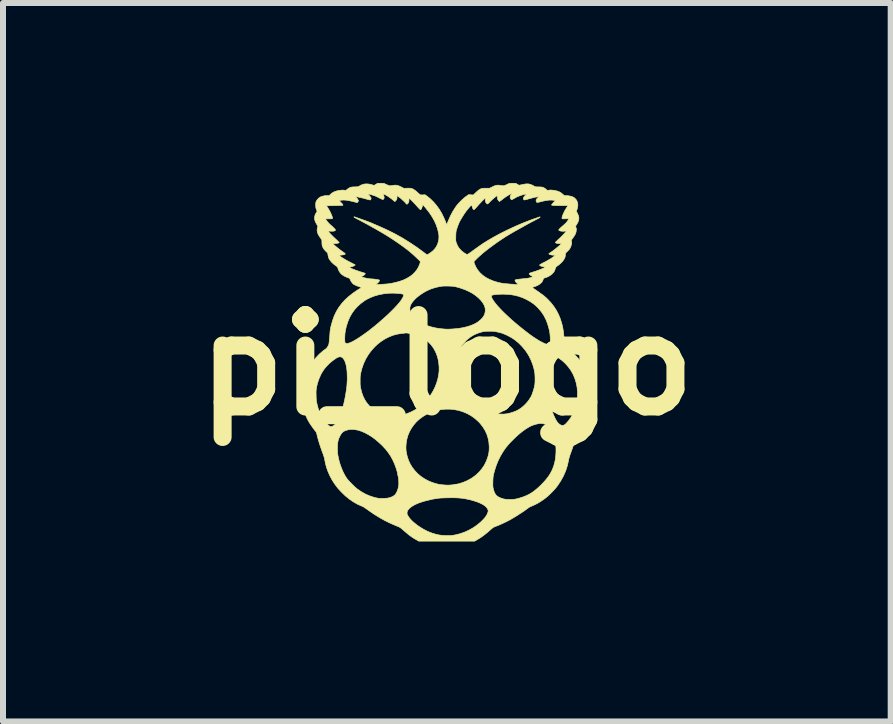
<source format=kicad_pcb>
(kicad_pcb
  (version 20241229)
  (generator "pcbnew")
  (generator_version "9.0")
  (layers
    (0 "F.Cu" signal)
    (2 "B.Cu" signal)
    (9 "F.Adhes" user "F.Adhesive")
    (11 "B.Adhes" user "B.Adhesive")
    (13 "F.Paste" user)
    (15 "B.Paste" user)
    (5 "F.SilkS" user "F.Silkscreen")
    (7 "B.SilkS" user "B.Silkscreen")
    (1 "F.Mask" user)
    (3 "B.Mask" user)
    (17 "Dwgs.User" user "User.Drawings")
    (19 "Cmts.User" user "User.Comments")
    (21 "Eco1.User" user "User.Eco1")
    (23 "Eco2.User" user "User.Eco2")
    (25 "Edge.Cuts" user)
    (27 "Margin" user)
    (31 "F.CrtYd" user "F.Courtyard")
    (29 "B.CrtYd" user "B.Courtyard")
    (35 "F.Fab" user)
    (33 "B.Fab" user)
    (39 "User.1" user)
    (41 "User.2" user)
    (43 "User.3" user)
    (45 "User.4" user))
  (footprint "pi_logo"
    (layer "F.Cu")
    (at 4.398 3.036)
    (property "Reference" "pi_logo" (at 0 0 0) (layer "F.SilkS") (effects (font (size 1.524 1.524) (thickness 0.3))))
    (attr through_hole)
    (fp_poly (pts (xy -1.074 -3.031) (xy -1.056 -3.03) (xy -1.044 -3.028) (xy -1.038 -3.026) (xy -1.038 -3.025) (xy -1.029 -3.02) (xy -1.015 -3.014) (xy -0.998 -3.006) (xy -0.98 -2.999) (xy -0.964 -2.993) (xy -0.95 -2.99) (xy -0.945 -2.989) (xy -0.935 -2.99) (xy -0.921 -2.992) (xy -0.903 -2.995) (xy -0.898 -2.996) (xy -0.872 -3) (xy -0.848 -3) (xy -0.825 -2.996) (xy -0.8 -2.988) (xy -0.772 -2.976) (xy -0.761 -2.97) (xy -0.716 -2.947) (xy -0.666 -2.949) (xy -0.635 -2.95) (xy -0.609 -2.948) (xy -0.586 -2.944) (xy -0.565 -2.936) (xy -0.544 -2.923) (xy -0.52 -2.906) (xy -0.494 -2.883) (xy -0.486 -2.875) (xy -0.47 -2.861) (xy -0.456 -2.85) (xy -0.444 -2.841) (xy -0.438 -2.838) (xy -0.428 -2.837) (xy -0.413 -2.837) (xy -0.396 -2.837) (xy -0.395 -2.838) (xy -0.364 -2.84) (xy -0.327 -2.814) (xy -0.273 -2.77) (xy -0.221 -2.719) (xy -0.172 -2.662) (xy -0.126 -2.598) (xy -0.09 -2.538) (xy -0.078 -2.515) (xy -0.065 -2.488) (xy -0.051 -2.46) (xy -0.039 -2.431) (xy -0.027 -2.404) (xy -0.018 -2.381) (xy -0.015 -2.371) (xy -0.01 -2.357) (xy -0.006 -2.348) (xy -0.005 -2.344) (xy -0.002 -2.347) (xy 0.003 -2.356) (xy 0.009 -2.371) (xy 0.017 -2.389) (xy 0.021 -2.399) (xy 0.059 -2.486) (xy 0.102 -2.567) (xy 0.15 -2.641) (xy 0.171 -2.669) (xy 0.192 -2.693) (xy 0.217 -2.72) (xy 0.245 -2.748) (xy 0.273 -2.774) (xy 0.301 -2.797) (xy 0.325 -2.816) (xy 0.328 -2.817) (xy 0.364 -2.842) (xy 0.441 -2.836) (xy 0.485 -2.878) (xy 0.51 -2.901) (xy 0.531 -2.918) (xy 0.549 -2.93) (xy 0.558 -2.935) (xy 0.569 -2.94) (xy 0.578 -2.944) (xy 0.588 -2.946) (xy 0.599 -2.948) (xy 0.613 -2.948) (xy 0.633 -2.949) (xy 0.65 -2.949) (xy 0.714 -2.949) (xy 0.757 -2.971) (xy 0.785 -2.984) (xy 0.807 -2.993) (xy 0.828 -2.998) (xy 0.848 -3) (xy 0.871 -2.999) (xy 0.896 -2.995) (xy 0.916 -2.992) (xy 0.931 -2.99) (xy 0.944 -2.99) (xy 0.957 -2.993) (xy 0.971 -2.997) (xy 0.989 -3.005) (xy 1.012 -3.016) (xy 1.015 -3.017) (xy 1.027 -3.023) (xy 1.038 -3.027) (xy 1.048 -3.029) (xy 1.06 -3.03) (xy 1.076 -3.031) (xy 1.099 -3.031) (xy 1.1 -3.031) (xy 1.121 -3.031) (xy 1.138 -3.03) (xy 1.151 -3.029) (xy 1.157 -3.027) (xy 1.158 -3.027) (xy 1.162 -3.023) (xy 1.172 -3.016) (xy 1.182 -3.011) (xy 1.204 -2.998) (xy 1.249 -3.008) (xy 1.283 -3.015) (xy 1.312 -3.02) (xy 1.335 -3.021) (xy 1.356 -3.021) (xy 1.369 -3.019) (xy 1.397 -3.011) (xy 1.427 -2.999) (xy 1.454 -2.984) (xy 1.457 -2.982) (xy 1.463 -2.978) (xy 1.47 -2.975) (xy 1.479 -2.973) (xy 1.491 -2.972) (xy 1.508 -2.971) (xy 1.531 -2.971) (xy 1.555 -2.97) (xy 1.573 -2.969) (xy 1.586 -2.968) (xy 1.596 -2.965) (xy 1.606 -2.962) (xy 1.613 -2.959) (xy 1.63 -2.949) (xy 1.647 -2.937) (xy 1.655 -2.93) (xy 1.674 -2.912) (xy 1.7 -2.916) (xy 1.715 -2.918) (xy 1.733 -2.919) (xy 1.755 -2.917) (xy 1.774 -2.915) (xy 1.815 -2.908) (xy 1.849 -2.899) (xy 1.878 -2.887) (xy 1.905 -2.871) (xy 1.93 -2.85) (xy 1.936 -2.846) (xy 1.948 -2.834) (xy 1.957 -2.827) (xy 1.964 -2.824) (xy 1.971 -2.824) (xy 1.979 -2.825) (xy 1.996 -2.826) (xy 2.018 -2.824) (xy 2.042 -2.82) (xy 2.067 -2.815) (xy 2.088 -2.809) (xy 2.098 -2.805) (xy 2.128 -2.787) (xy 2.152 -2.763) (xy 2.17 -2.734) (xy 2.18 -2.702) (xy 2.183 -2.688) (xy 2.183 -2.658) (xy 2.179 -2.626) (xy 2.171 -2.597) (xy 2.167 -2.588) (xy 2.158 -2.569) (xy 2.178 -2.526) (xy 2.191 -2.498) (xy 2.198 -2.474) (xy 2.201 -2.452) (xy 2.199 -2.43) (xy 2.194 -2.406) (xy 2.187 -2.387) (xy 2.177 -2.367) (xy 2.166 -2.348) (xy 2.166 -2.348) (xy 2.157 -2.334) (xy 2.15 -2.322) (xy 2.147 -2.314) (xy 2.146 -2.313) (xy 2.148 -2.306) (xy 2.152 -2.295) (xy 2.153 -2.292) (xy 2.157 -2.28) (xy 2.158 -2.265) (xy 2.158 -2.246) (xy 2.157 -2.244) (xy 2.154 -2.221) (xy 2.148 -2.2) (xy 2.138 -2.177) (xy 2.123 -2.152) (xy 2.103 -2.123) (xy 2.102 -2.121) (xy 2.073 -2.082) (xy 2.078 -2.06) (xy 2.081 -2.047) (xy 2.081 -2.034) (xy 2.079 -2.02) (xy 2.076 -2.009) (xy 2.068 -1.98) (xy 2.057 -1.955) (xy 2.044 -1.933) (xy 2.025 -1.912) (xy 2.001 -1.888) (xy 1.998 -1.886) (xy 1.988 -1.877) (xy 1.982 -1.869) (xy 1.979 -1.861) (xy 1.977 -1.848) (xy 1.976 -1.837) (xy 1.974 -1.819) (xy 1.97 -1.801) (xy 1.966 -1.789) (xy 1.95 -1.759) (xy 1.928 -1.729) (xy 1.9 -1.7) (xy 1.868 -1.672) (xy 1.851 -1.66) (xy 1.834 -1.648) (xy 1.822 -1.638) (xy 1.815 -1.627) (xy 1.809 -1.615) (xy 1.806 -1.602) (xy 1.8 -1.585) (xy 1.792 -1.568) (xy 1.788 -1.559) (xy 1.77 -1.536) (xy 1.746 -1.513) (xy 1.718 -1.492) (xy 1.686 -1.474) (xy 1.654 -1.461) (xy 1.645 -1.458) (xy 1.628 -1.453) (xy 1.617 -1.448) (xy 1.611 -1.442) (xy 1.608 -1.434) (xy 1.606 -1.43) (xy 1.597 -1.404) (xy 1.58 -1.379) (xy 1.556 -1.356) (xy 1.526 -1.336) (xy 1.491 -1.319) (xy 1.46 -1.308) (xy 1.445 -1.303) (xy 1.433 -1.299) (xy 1.426 -1.296) (xy 1.425 -1.296) (xy 1.428 -1.292) (xy 1.436 -1.285) (xy 1.449 -1.275) (xy 1.467 -1.263) (xy 1.487 -1.249) (xy 1.528 -1.221) (xy 1.562 -1.196) (xy 1.592 -1.175) (xy 1.618 -1.155) (xy 1.64 -1.136) (xy 1.661 -1.117) (xy 1.672 -1.107) (xy 1.73 -1.046) (xy 1.781 -0.982) (xy 1.825 -0.915) (xy 1.862 -0.844) (xy 1.893 -0.768) (xy 1.918 -0.686) (xy 1.93 -0.635) (xy 1.936 -0.602) (xy 1.941 -0.57) (xy 1.946 -0.536) (xy 1.949 -0.499) (xy 1.952 -0.457) (xy 1.955 -0.412) (xy 1.958 -0.348) (xy 1.978 -0.315) (xy 1.987 -0.299) (xy 1.996 -0.287) (xy 2.006 -0.277) (xy 2.02 -0.266) (xy 2.035 -0.255) (xy 2.06 -0.236) (xy 2.089 -0.211) (xy 2.119 -0.184) (xy 2.149 -0.156) (xy 2.175 -0.128) (xy 2.195 -0.105) (xy 2.234 -0.053) (xy 2.27 0.002) (xy 2.303 0.061) (xy 2.332 0.12) (xy 2.357 0.18) (xy 2.377 0.238) (xy 2.391 0.293) (xy 2.396 0.322) (xy 2.399 0.339) (xy 2.402 0.353) (xy 2.405 0.361) (xy 2.405 0.362) (xy 2.406 0.367) (xy 2.407 0.379) (xy 2.408 0.398) (xy 2.408 0.421) (xy 2.408 0.447) (xy 2.409 0.476) (xy 2.409 0.506) (xy 2.409 0.536) (xy 2.408 0.565) (xy 2.408 0.591) (xy 2.407 0.613) (xy 2.407 0.63) (xy 2.406 0.641) (xy 2.405 0.645) (xy 2.402 0.651) (xy 2.4 0.661) (xy 2.398 0.668) (xy 2.395 0.684) (xy 2.39 0.706) (xy 2.383 0.731) (xy 2.375 0.758) (xy 2.367 0.785) (xy 2.359 0.808) (xy 2.354 0.823) (xy 2.322 0.893) (xy 2.284 0.963) (xy 2.24 1.03) (xy 2.191 1.094) (xy 2.186 1.099) (xy 2.175 1.114) (xy 2.167 1.126) (xy 2.163 1.135) (xy 2.163 1.136) (xy 2.162 1.143) (xy 2.159 1.157) (xy 2.154 1.176) (xy 2.149 1.2) (xy 2.142 1.225) (xy 2.135 1.251) (xy 2.128 1.277) (xy 2.121 1.301) (xy 2.115 1.322) (xy 2.111 1.333) (xy 2.106 1.347) (xy 2.099 1.367) (xy 2.091 1.391) (xy 2.081 1.418) (xy 2.071 1.446) (xy 2.069 1.453) (xy 2.054 1.493) (xy 2.043 1.527) (xy 2.035 1.556) (xy 2.029 1.583) (xy 2.028 1.591) (xy 2.008 1.678) (xy 1.98 1.764) (xy 1.944 1.847) (xy 1.9 1.927) (xy 1.849 2.004) (xy 1.818 2.045) (xy 1.798 2.068) (xy 1.774 2.094) (xy 1.746 2.123) (xy 1.718 2.151) (xy 1.69 2.177) (xy 1.664 2.199) (xy 1.654 2.208) (xy 1.614 2.238) (xy 1.571 2.267) (xy 1.527 2.295) (xy 1.482 2.319) (xy 1.44 2.339) (xy 1.411 2.351) (xy 1.393 2.359) (xy 1.377 2.367) (xy 1.364 2.375) (xy 1.334 2.397) (xy 1.299 2.423) (xy 1.259 2.45) (xy 1.217 2.477) (xy 1.175 2.505) (xy 1.134 2.53) (xy 1.095 2.553) (xy 1.067 2.57) (xy 1.039 2.585) (xy 1.006 2.602) (xy 0.97 2.62) (xy 0.933 2.637) (xy 0.898 2.653) (xy 0.865 2.668) (xy 0.836 2.679) (xy 0.823 2.684) (xy 0.803 2.692) (xy 0.788 2.698) (xy 0.776 2.704) (xy 0.765 2.712) (xy 0.752 2.722) (xy 0.736 2.736) (xy 0.727 2.744) (xy 0.672 2.792) (xy 0.619 2.834) (xy 0.568 2.871) (xy 0.515 2.904) (xy 0.506 2.909) (xy 0.464 2.934) (xy -0.002 2.934) (xy -0.468 2.934) (xy -0.505 2.913) (xy -0.551 2.886) (xy -0.595 2.857) (xy -0.638 2.825) (xy -0.682 2.788) (xy -0.725 2.751) (xy -0.743 2.735) (xy -0.76 2.721) (xy -0.776 2.709) (xy -0.787 2.702) (xy -0.789 2.701) (xy -0.8 2.696) (xy -0.817 2.689) (xy -0.836 2.681) (xy -0.851 2.675) (xy -0.943 2.635) (xy -1.033 2.591) (xy -1.122 2.541) (xy -1.211 2.486) (xy -1.235 2.469) (xy -0.664 2.469) (xy -0.659 2.49) (xy -0.652 2.504) (xy -0.631 2.538) (xy -0.603 2.572) (xy -0.568 2.607) (xy -0.528 2.641) (xy -0.484 2.675) (xy -0.436 2.707) (xy -0.386 2.737) (xy -0.334 2.764) (xy -0.282 2.787) (xy -0.281 2.787) (xy -0.228 2.806) (xy -0.178 2.82) (xy -0.129 2.831) (xy -0.078 2.837) (xy -0.022 2.84) (xy 0.003 2.84) (xy 0.034 2.84) (xy 0.058 2.84) (xy 0.079 2.839) (xy 0.097 2.837) (xy 0.116 2.834) (xy 0.137 2.83) (xy 0.139 2.83) (xy 0.217 2.811) (xy 0.294 2.784) (xy 0.369 2.75) (xy 0.44 2.71) (xy 0.506 2.664) (xy 0.568 2.612) (xy 0.604 2.576) (xy 0.633 2.544) (xy 0.655 2.514) (xy 0.671 2.486) (xy 0.682 2.459) (xy 0.687 2.442) (xy 0.689 2.431) (xy 0.688 2.421) (xy 0.686 2.413) (xy 0.674 2.388) (xy 0.655 2.364) (xy 0.627 2.34) (xy 0.591 2.318) (xy 0.548 2.297) (xy 0.498 2.277) (xy 0.44 2.259) (xy 0.41 2.25) (xy 0.364 2.239) (xy 0.32 2.23) (xy 0.277 2.222) (xy 0.233 2.217) (xy 0.188 2.213) (xy 0.138 2.211) (xy 0.084 2.21) (xy 0.023 2.211) (xy 0.019 2.211) (xy -0.02 2.212) (xy -0.052 2.213) (xy -0.079 2.214) (xy -0.103 2.215) (xy -0.125 2.217) (xy -0.147 2.22) (xy -0.17 2.223) (xy -0.178 2.225) (xy -0.202 2.228) (xy -0.223 2.232) (xy -0.239 2.234) (xy -0.25 2.236) (xy -0.254 2.237) (xy -0.259 2.239) (xy -0.27 2.242) (xy -0.287 2.246) (xy -0.308 2.251) (xy -0.324 2.254) (xy -0.384 2.27) (xy -0.441 2.288) (xy -0.492 2.307) (xy -0.537 2.328) (xy -0.576 2.351) (xy -0.609 2.374) (xy -0.634 2.398) (xy -0.652 2.422) (xy -0.655 2.428) (xy -0.662 2.45) (xy -0.664 2.469) (xy -1.235 2.469) (xy -1.302 2.424) (xy -1.314 2.415) (xy -1.339 2.397) (xy -1.359 2.384) (xy -1.373 2.373) (xy -1.385 2.366) (xy -1.395 2.36) (xy -1.405 2.355) (xy -1.415 2.351) (xy -1.427 2.346) (xy -1.43 2.345) (xy -1.496 2.315) (xy -1.563 2.276) (xy -1.628 2.231) (xy -1.692 2.179) (xy -1.753 2.12) (xy -1.812 2.057) (xy -1.82 2.047) (xy -1.867 1.985) (xy -1.91 1.919) (xy -1.948 1.849) (xy -1.98 1.777) (xy -2.006 1.705) (xy -2.025 1.633) (xy -2.034 1.585) (xy -2.039 1.557) (xy -2.047 1.527) (xy -2.059 1.494) (xy -2.063 1.48) (xy -2.08 1.436) (xy -2.093 1.398) (xy -1.824 1.398) (xy -1.824 1.423) (xy -1.823 1.445) (xy -1.821 1.466) (xy -1.818 1.489) (xy -1.816 1.501) (xy -1.806 1.554) (xy -1.792 1.61) (xy -1.775 1.665) (xy -1.755 1.719) (xy -1.733 1.771) (xy -1.71 1.818) (xy -1.686 1.86) (xy -1.661 1.896) (xy -1.659 1.899) (xy -1.64 1.921) (xy -1.617 1.946) (xy -1.591 1.973) (xy -1.565 1.999) (xy -1.54 2.023) (xy -1.516 2.045) (xy -1.496 2.062) (xy -1.49 2.066) (xy -1.421 2.113) (xy -1.351 2.152) (xy -1.28 2.182) (xy -1.208 2.205) (xy -1.181 2.211) (xy -1.163 2.215) (xy -1.148 2.218) (xy -1.134 2.22) (xy -1.12 2.221) (xy -1.104 2.221) (xy -1.083 2.221) (xy -1.056 2.22) (xy -1.027 2.22) (xy -1.004 2.218) (xy -0.986 2.216) (xy -0.971 2.213) (xy -0.957 2.21) (xy -0.922 2.198) (xy -0.893 2.183) (xy -0.869 2.166) (xy -0.861 2.157) (xy -0.843 2.132) (xy -0.828 2.1) (xy -0.815 2.064) (xy -0.808 2.036) (xy -0.804 2.015) (xy -0.802 1.998) (xy -0.801 1.98) (xy -0.801 1.96) (xy -0.802 1.935) (xy -0.803 1.913) (xy -0.805 1.894) (xy -0.807 1.878) (xy -0.809 1.869) (xy -0.809 1.868) (xy -0.811 1.859) (xy -0.815 1.845) (xy -0.818 1.827) (xy -0.819 1.82) (xy -0.826 1.785) (xy -0.836 1.748) (xy -0.849 1.708) (xy -0.866 1.662) (xy -0.868 1.655) (xy -0.9 1.584) (xy -0.935 1.519) (xy -0.976 1.458) (xy -1.022 1.399) (xy -1.054 1.365) (xy -0.682 1.365) (xy -0.681 1.394) (xy -0.68 1.419) (xy -0.677 1.442) (xy -0.673 1.466) (xy -0.667 1.493) (xy -0.66 1.522) (xy -0.639 1.587) (xy -0.61 1.649) (xy -0.574 1.707) (xy -0.531 1.762) (xy -0.483 1.812) (xy -0.429 1.857) (xy -0.37 1.896) (xy -0.306 1.93) (xy -0.238 1.958) (xy -0.166 1.979) (xy -0.137 1.986) (xy -0.11 1.99) (xy -0.079 1.994) (xy -0.046 1.997) (xy -0.015 1.999) (xy 0.013 2) (xy 0.032 2) (xy 0.046 1.999) (xy 0.066 1.998) (xy 0.068 1.997) (xy 0.766 1.997) (xy 0.767 2.015) (xy 0.768 2.029) (xy 0.77 2.042) (xy 0.773 2.055) (xy 0.775 2.064) (xy 0.787 2.106) (xy 0.802 2.139) (xy 0.819 2.164) (xy 0.825 2.171) (xy 0.847 2.189) (xy 0.875 2.205) (xy 0.907 2.218) (xy 0.941 2.229) (xy 0.974 2.235) (xy 0.997 2.237) (xy 1.025 2.238) (xy 1.055 2.239) (xy 1.086 2.238) (xy 1.112 2.237) (xy 1.129 2.235) (xy 1.147 2.232) (xy 1.169 2.227) (xy 1.194 2.221) (xy 1.211 2.216) (xy 1.273 2.196) (xy 1.33 2.173) (xy 1.383 2.146) (xy 1.434 2.114) (xy 1.483 2.076) (xy 1.533 2.033) (xy 1.571 1.996) (xy 1.618 1.947) (xy 1.658 1.901) (xy 1.692 1.857) (xy 1.72 1.814) (xy 1.745 1.769) (xy 1.765 1.724) (xy 1.783 1.675) (xy 1.795 1.631) (xy 1.808 1.575) (xy 1.815 1.513) (xy 1.819 1.45) (xy 1.819 1.385) (xy 1.813 1.324) (xy 1.812 1.31) (xy 1.801 1.248) (xy 1.788 1.192) (xy 1.773 1.144) (xy 1.756 1.101) (xy 1.735 1.063) (xy 1.73 1.055) (xy 1.709 1.028) (xy 1.684 1.007) (xy 1.654 0.991) (xy 1.619 0.98) (xy 1.588 0.973) (xy 1.563 0.972) (xy 1.532 0.975) (xy 1.497 0.982) (xy 1.461 0.992) (xy 1.425 1.004) (xy 1.39 1.02) (xy 1.376 1.027) (xy 1.315 1.064) (xy 1.253 1.109) (xy 1.188 1.162) (xy 1.122 1.224) (xy 1.054 1.293) (xy 1.025 1.325) (xy 0.976 1.385) (xy 0.931 1.451) (xy 0.889 1.524) (xy 0.852 1.6) (xy 0.82 1.681) (xy 0.794 1.763) (xy 0.781 1.814) (xy 0.776 1.834) (xy 0.773 1.853) (xy 0.771 1.871) (xy 0.769 1.891) (xy 0.768 1.916) (xy 0.767 1.946) (xy 0.767 1.975) (xy 0.766 1.997) (xy 0.068 1.997) (xy 0.086 1.996) (xy 0.089 1.996) (xy 0.149 1.988) (xy 0.211 1.974) (xy 0.274 1.953) (xy 0.336 1.927) (xy 0.394 1.896) (xy 0.426 1.876) (xy 0.486 1.831) (xy 0.539 1.781) (xy 0.585 1.726) (xy 0.625 1.667) (xy 0.657 1.602) (xy 0.679 1.544) (xy 0.692 1.501) (xy 0.7 1.461) (xy 0.705 1.421) (xy 0.706 1.377) (xy 0.706 1.353) (xy 0.7 1.281) (xy 0.686 1.213) (xy 0.665 1.148) (xy 0.636 1.087) (xy 0.599 1.028) (xy 0.555 0.971) (xy 0.525 0.94) (xy 0.469 0.89) (xy 0.408 0.846) (xy 0.343 0.809) (xy 0.275 0.78) (xy 0.203 0.757) (xy 0.129 0.742) (xy 0.053 0.734) (xy -0.024 0.734) (xy -0.101 0.742) (xy -0.127 0.747) (xy -0.201 0.764) (xy -0.271 0.789) (xy -0.337 0.82) (xy -0.398 0.856) (xy -0.455 0.898) (xy -0.506 0.944) (xy -0.551 0.996) (xy -0.59 1.051) (xy -0.623 1.11) (xy -0.649 1.172) (xy -0.667 1.237) (xy -0.678 1.305) (xy -0.682 1.365) (xy -1.054 1.365) (xy -1.072 1.345) (xy -1.131 1.29) (xy -1.189 1.24) (xy -1.248 1.196) (xy -1.307 1.159) (xy -1.365 1.128) (xy -1.422 1.103) (xy -1.478 1.085) (xy -1.531 1.075) (xy -1.582 1.071) (xy -1.63 1.075) (xy -1.653 1.08) (xy -1.688 1.09) (xy -1.716 1.103) (xy -1.738 1.119) (xy -1.757 1.14) (xy -1.774 1.167) (xy -1.782 1.183) (xy -1.796 1.211) (xy -1.806 1.237) (xy -1.813 1.262) (xy -1.818 1.289) (xy -1.821 1.319) (xy -1.823 1.355) (xy -1.823 1.367) (xy -1.824 1.398) (xy -2.093 1.398) (xy -2.096 1.391) (xy -2.111 1.345) (xy -2.126 1.301) (xy -2.138 1.259) (xy -2.149 1.222) (xy -2.157 1.191) (xy -2.159 1.183) (xy -2.165 1.156) (xy -2.171 1.135) (xy -2.177 1.12) (xy -2.18 1.113) (xy -2.198 1.091) (xy -2.217 1.066) (xy -2.237 1.039) (xy -2.255 1.013) (xy -2.272 0.99) (xy -2.284 0.971) (xy -2.285 0.97) (xy -2.312 0.924) (xy -2.337 0.874) (xy -2.359 0.822) (xy -2.378 0.77) (xy -2.393 0.721) (xy -2.404 0.675) (xy -2.405 0.663) (xy -2.409 0.645) (xy -2.412 0.633) (xy -2.416 0.628) (xy -2.416 0.628) (xy -2.417 0.623) (xy -2.419 0.611) (xy -2.42 0.594) (xy -2.421 0.571) (xy -2.421 0.546) (xy -2.422 0.518) (xy -2.422 0.49) (xy -2.422 0.465) (xy -2.18 0.465) (xy -2.179 0.493) (xy -2.179 0.506) (xy -2.178 0.537) (xy -2.177 0.562) (xy -2.176 0.582) (xy -2.173 0.6) (xy -2.17 0.618) (xy -2.166 0.638) (xy -2.164 0.648) (xy -2.145 0.72) (xy -2.122 0.786) (xy -2.095 0.845) (xy -2.064 0.898) (xy -2.028 0.947) (xy -2.003 0.974) (xy -1.98 0.997) (xy -1.961 1.013) (xy -1.945 1.022) (xy -1.935 1.024) (xy -1.928 1.023) (xy -1.916 1.021) (xy -1.911 1.02) (xy -1.89 1.01) (xy -1.869 0.993) (xy -1.847 0.969) (xy -1.825 0.938) (xy -1.804 0.901) (xy -1.785 0.859) (xy -1.766 0.811) (xy -1.762 0.797) (xy -1.738 0.722) (xy -1.718 0.644) (xy -1.7 0.562) (xy -1.684 0.474) (xy -1.672 0.398) (xy -1.666 0.344) (xy -1.662 0.286) (xy -1.661 0.26) (xy -1.445 0.26) (xy -1.445 0.29) (xy -1.445 0.314) (xy -1.444 0.333) (xy -1.442 0.35) (xy -1.439 0.367) (xy -1.436 0.386) (xy -1.434 0.394) (xy -1.417 0.461) (xy -1.395 0.521) (xy -1.368 0.576) (xy -1.336 0.626) (xy -1.297 0.673) (xy -1.277 0.693) (xy -1.236 0.73) (xy -1.194 0.761) (xy -1.149 0.788) (xy -1.1 0.81) (xy -1.046 0.828) (xy -0.999 0.84) (xy -0.981 0.844) (xy -0.966 0.847) (xy -0.951 0.849) (xy -0.935 0.85) (xy -0.915 0.85) (xy -0.888 0.849) (xy -0.885 0.849) (xy -0.85 0.848) (xy -0.821 0.846) (xy -0.794 0.842) (xy -0.768 0.837) (xy -0.764 0.836) (xy -0.686 0.816) (xy -0.611 0.787) (xy -0.54 0.751) (xy -0.473 0.708) (xy -0.409 0.657) (xy -0.35 0.599) (xy -0.313 0.557) (xy -0.27 0.499) (xy -0.232 0.436) (xy -0.199 0.37) (xy -0.172 0.302) (xy -0.151 0.233) (xy -0.137 0.164) (xy -0.129 0.096) (xy -0.129 0.052) (xy 0.153 0.052) (xy 0.161 0.127) (xy 0.176 0.202) (xy 0.2 0.277) (xy 0.232 0.353) (xy 0.244 0.377) (xy 0.286 0.45) (xy 0.335 0.518) (xy 0.389 0.58) (xy 0.449 0.636) (xy 0.515 0.686) (xy 0.587 0.729) (xy 0.612 0.742) (xy 0.677 0.771) (xy 0.745 0.793) (xy 0.814 0.808) (xy 0.882 0.815) (xy 0.948 0.816) (xy 1.001 0.811) (xy 1.032 0.804) (xy 1.068 0.795) (xy 1.104 0.783) (xy 1.139 0.77) (xy 1.169 0.757) (xy 1.177 0.753) (xy 1.231 0.72) (xy 1.281 0.679) (xy 1.327 0.633) (xy 1.367 0.583) (xy 1.401 0.529) (xy 1.409 0.514) (xy 1.417 0.496) (xy 1.426 0.471) (xy 1.436 0.442) (xy 1.445 0.412) (xy 1.454 0.382) (xy 1.46 0.354) (xy 1.465 0.332) (xy 1.466 0.326) (xy 1.468 0.303) (xy 1.47 0.274) (xy 1.47 0.242) (xy 1.47 0.208) (xy 1.469 0.176) (xy 1.467 0.148) (xy 1.466 0.139) (xy 1.658 0.139) (xy 1.658 0.177) (xy 1.663 0.297) (xy 1.674 0.413) (xy 1.692 0.525) (xy 1.717 0.637) (xy 1.749 0.748) (xy 1.753 0.761) (xy 1.766 0.798) (xy 1.781 0.835) (xy 1.797 0.87) (xy 1.813 0.902) (xy 1.828 0.929) (xy 1.84 0.947) (xy 1.86 0.97) (xy 1.881 0.988) (xy 1.903 1) (xy 1.922 1.005) (xy 1.935 1.004) (xy 1.946 1.001) (xy 1.959 0.996) (xy 1.959 0.996) (xy 1.972 0.987) (xy 1.988 0.972) (xy 2.006 0.952) (xy 2.026 0.929) (xy 2.046 0.902) (xy 2.065 0.875) (xy 2.082 0.847) (xy 2.097 0.82) (xy 2.105 0.805) (xy 2.135 0.729) (xy 2.158 0.652) (xy 2.172 0.573) (xy 2.176 0.53) (xy 2.177 0.45) (xy 2.171 0.372) (xy 2.156 0.297) (xy 2.134 0.224) (xy 2.105 0.155) (xy 2.068 0.089) (xy 2.023 0.027) (xy 1.972 -0.03) (xy 1.97 -0.031) (xy 1.943 -0.057) (xy 1.914 -0.082) (xy 1.884 -0.104) (xy 1.855 -0.124) (xy 1.829 -0.141) (xy 1.806 -0.152) (xy 1.799 -0.155) (xy 1.787 -0.158) (xy 1.778 -0.159) (xy 1.77 -0.157) (xy 1.758 -0.152) (xy 1.755 -0.15) (xy 1.737 -0.14) (xy 1.722 -0.128) (xy 1.71 -0.112) (xy 1.699 -0.091) (xy 1.689 -0.064) (xy 1.681 -0.037) (xy 1.673 -0.005) (xy 1.666 0.026) (xy 1.662 0.06) (xy 1.659 0.097) (xy 1.658 0.139) (xy 1.466 0.139) (xy 1.466 0.131) (xy 1.452 0.062) (xy 1.432 -0.008) (xy 1.405 -0.078) (xy 1.372 -0.146) (xy 1.346 -0.191) (xy 1.304 -0.252) (xy 1.254 -0.311) (xy 1.2 -0.366) (xy 1.141 -0.415) (xy 1.137 -0.418) (xy 1.104 -0.441) (xy 1.067 -0.464) (xy 1.028 -0.485) (xy 0.988 -0.505) (xy 0.95 -0.521) (xy 0.915 -0.534) (xy 0.897 -0.539) (xy 0.865 -0.547) (xy 0.84 -0.553) (xy 0.82 -0.557) (xy 0.803 -0.561) (xy 0.788 -0.563) (xy 0.774 -0.564) (xy 0.758 -0.565) (xy 0.74 -0.565) (xy 0.717 -0.565) (xy 0.709 -0.565) (xy 0.681 -0.565) (xy 0.659 -0.564) (xy 0.641 -0.563) (xy 0.626 -0.562) (xy 0.612 -0.559) (xy 0.596 -0.556) (xy 0.576 -0.551) (xy 0.57 -0.549) (xy 0.507 -0.529) (xy 0.451 -0.504) (xy 0.399 -0.473) (xy 0.35 -0.435) (xy 0.324 -0.412) (xy 0.284 -0.368) (xy 0.249 -0.322) (xy 0.221 -0.272) (xy 0.197 -0.217) (xy 0.18 -0.167) (xy 0.163 -0.096) (xy 0.154 -0.023) (xy 0.153 0.052) (xy -0.129 0.052) (xy -0.129 0.03) (xy -0.131 0.008) (xy -0.137 -0.048) (xy -0.146 -0.097) (xy -0.158 -0.142) (xy -0.173 -0.186) (xy -0.191 -0.226) (xy -0.222 -0.283) (xy -0.26 -0.335) (xy -0.305 -0.383) (xy -0.355 -0.425) (xy -0.409 -0.461) (xy -0.467 -0.49) (xy -0.503 -0.504) (xy -0.518 -0.508) (xy -0.537 -0.513) (xy -0.559 -0.517) (xy -0.584 -0.522) (xy -0.609 -0.527) (xy -0.633 -0.53) (xy -0.655 -0.534) (xy -0.672 -0.536) (xy -0.685 -0.536) (xy -0.689 -0.536) (xy -0.695 -0.535) (xy -0.706 -0.533) (xy -0.723 -0.531) (xy -0.743 -0.529) (xy -0.743 -0.529) (xy -0.819 -0.518) (xy -0.893 -0.499) (xy -0.964 -0.471) (xy -1.033 -0.436) (xy -1.099 -0.393) (xy -1.162 -0.343) (xy -1.203 -0.304) (xy -1.26 -0.241) (xy -1.31 -0.173) (xy -1.352 -0.102) (xy -1.387 -0.027) (xy -1.415 0.053) (xy -1.432 0.117) (xy -1.436 0.14) (xy -1.44 0.159) (xy -1.442 0.176) (xy -1.444 0.194) (xy -1.445 0.214) (xy -1.445 0.238) (xy -1.445 0.26) (xy -1.661 0.26) (xy -1.66 0.226) (xy -1.661 0.168) (xy -1.663 0.113) (xy -1.666 0.08) (xy -1.673 0.028) (xy -1.683 -0.017) (xy -1.695 -0.054) (xy -1.709 -0.085) (xy -1.726 -0.11) (xy -1.729 -0.114) (xy -1.748 -0.13) (xy -1.768 -0.138) (xy -1.79 -0.139) (xy -1.814 -0.132) (xy -1.842 -0.118) (xy -1.843 -0.117) (xy -1.9 -0.077) (xy -1.954 -0.033) (xy -2.002 0.016) (xy -2.045 0.067) (xy -2.08 0.121) (xy -2.097 0.151) (xy -2.131 0.228) (xy -2.157 0.305) (xy -2.172 0.371) (xy -2.175 0.39) (xy -2.177 0.407) (xy -2.179 0.424) (xy -2.18 0.442) (xy -2.18 0.465) (xy -2.422 0.465) (xy -2.422 0.463) (xy -2.421 0.437) (xy -2.421 0.415) (xy -2.42 0.397) (xy -2.418 0.385) (xy -2.417 0.38) (xy -2.417 0.38) (xy -2.414 0.376) (xy -2.411 0.364) (xy -2.406 0.348) (xy -2.402 0.327) (xy -2.4 0.318) (xy -2.384 0.253) (xy -2.365 0.19) (xy -2.34 0.128) (xy -2.32 0.087) (xy -2.279 0.01) (xy -2.232 -0.06) (xy -2.182 -0.124) (xy -2.127 -0.182) (xy -2.07 -0.232) (xy -2.043 -0.253) (xy -2.024 -0.266) (xy -2.01 -0.277) (xy -2.001 -0.287) (xy -1.993 -0.297) (xy -1.985 -0.31) (xy -1.984 -0.311) (xy -1.976 -0.326) (xy -1.97 -0.339) (xy -1.967 -0.348) (xy -1.967 -0.349) (xy -1.964 -0.365) (xy -1.961 -0.389) (xy -1.958 -0.416) (xy -1.955 -0.445) (xy -1.702 -0.445) (xy -1.702 -0.42) (xy -1.701 -0.403) (xy -1.7 -0.39) (xy -1.699 -0.382) (xy -1.696 -0.376) (xy -1.693 -0.371) (xy -1.682 -0.363) (xy -1.667 -0.36) (xy -1.647 -0.363) (xy -1.624 -0.37) (xy -1.599 -0.38) (xy -1.572 -0.393) (xy -1.544 -0.408) (xy -1.514 -0.426) (xy -1.479 -0.447) (xy -1.441 -0.473) (xy -1.397 -0.503) (xy -1.351 -0.536) (xy -1.303 -0.571) (xy -1.251 -0.612) (xy -1.197 -0.655) (xy -1.141 -0.702) (xy -1.086 -0.75) (xy -1.032 -0.798) (xy -0.979 -0.846) (xy -0.931 -0.893) (xy -0.887 -0.937) (xy -0.871 -0.953) (xy -0.617 -0.953) (xy -0.615 -0.92) (xy -0.606 -0.886) (xy -0.59 -0.851) (xy -0.566 -0.816) (xy -0.538 -0.785) (xy -0.495 -0.747) (xy -0.445 -0.713) (xy -0.388 -0.683) (xy -0.324 -0.657) (xy -0.255 -0.636) (xy -0.181 -0.619) (xy -0.101 -0.607) (xy -0.066 -0.604) (xy -0.042 -0.602) (xy -0.021 -0.6) (xy -0.002 -0.6) (xy 0.018 -0.599) (xy 0.04 -0.6) (xy 0.065 -0.601) (xy 0.096 -0.603) (xy 0.127 -0.605) (xy 0.195 -0.612) (xy 0.262 -0.623) (xy 0.327 -0.638) (xy 0.387 -0.656) (xy 0.441 -0.677) (xy 0.447 -0.68) (xy 0.488 -0.701) (xy 0.526 -0.726) (xy 0.56 -0.754) (xy 0.589 -0.783) (xy 0.612 -0.813) (xy 0.627 -0.843) (xy 0.629 -0.847) (xy 0.639 -0.886) (xy 0.641 -0.925) (xy 0.635 -0.964) (xy 0.62 -1.003) (xy 0.597 -1.042) (xy 0.566 -1.081) (xy 0.532 -1.116) (xy 0.497 -1.146) (xy 0.743 -1.146) (xy 0.745 -1.135) (xy 0.745 -1.134) (xy 0.754 -1.112) (xy 0.769 -1.086) (xy 0.79 -1.056) (xy 0.816 -1.022) (xy 0.848 -0.984) (xy 0.885 -0.944) (xy 0.926 -0.901) (xy 0.972 -0.856) (xy 1.021 -0.81) (xy 1.073 -0.762) (xy 1.126 -0.716) (xy 1.196 -0.657) (xy 1.263 -0.603) (xy 1.327 -0.553) (xy 1.387 -0.507) (xy 1.444 -0.467) (xy 1.497 -0.433) (xy 1.545 -0.403) (xy 1.588 -0.38) (xy 1.626 -0.362) (xy 1.643 -0.355) (xy 1.668 -0.348) (xy 1.686 -0.344) (xy 1.7 -0.344) (xy 1.711 -0.348) (xy 1.715 -0.351) (xy 1.719 -0.354) (xy 1.722 -0.358) (xy 1.723 -0.364) (xy 1.724 -0.373) (xy 1.725 -0.387) (xy 1.725 -0.408) (xy 1.724 -0.424) (xy 1.723 -0.469) (xy 1.72 -0.51) (xy 1.715 -0.549) (xy 1.707 -0.588) (xy 1.696 -0.63) (xy 1.682 -0.677) (xy 1.68 -0.686) (xy 1.653 -0.756) (xy 1.619 -0.823) (xy 1.578 -0.885) (xy 1.529 -0.944) (xy 1.494 -0.979) (xy 1.446 -1.021) (xy 1.39 -1.059) (xy 1.33 -1.093) (xy 1.267 -1.122) (xy 1.201 -1.146) (xy 1.136 -1.163) (xy 1.131 -1.164) (xy 1.07 -1.174) (xy 1.004 -1.18) (xy 0.937 -1.183) (xy 0.871 -1.181) (xy 0.819 -1.177) (xy 0.791 -1.173) (xy 0.77 -1.17) (xy 0.756 -1.166) (xy 0.747 -1.161) (xy 0.743 -1.155) (xy 0.743 -1.146) (xy 0.497 -1.146) (xy 0.486 -1.155) (xy 0.435 -1.191) (xy 0.378 -1.223) (xy 0.316 -1.252) (xy 0.246 -1.278) (xy 0.204 -1.291) (xy 0.172 -1.3) (xy 0.143 -1.307) (xy 0.116 -1.312) (xy 0.089 -1.315) (xy 0.058 -1.317) (xy 0.022 -1.318) (xy 0.004 -1.318) (xy -0.025 -1.318) (xy -0.048 -1.318) (xy -0.068 -1.317) (xy -0.085 -1.315) (xy -0.104 -1.312) (xy -0.125 -1.308) (xy -0.133 -1.307) (xy -0.196 -1.292) (xy -0.254 -1.274) (xy -0.307 -1.252) (xy -0.36 -1.226) (xy -0.413 -1.193) (xy -0.421 -1.188) (xy -0.47 -1.153) (xy -0.513 -1.118) (xy -0.549 -1.081) (xy -0.578 -1.045) (xy -0.6 -1.01) (xy -0.61 -0.985) (xy -0.617 -0.953) (xy -0.871 -0.953) (xy -0.848 -0.978) (xy -0.841 -0.986) (xy -0.813 -1.017) (xy -0.79 -1.044) (xy -0.772 -1.067) (xy -0.757 -1.088) (xy -0.745 -1.108) (xy -0.734 -1.128) (xy -0.733 -1.13) (xy -0.725 -1.147) (xy -0.72 -1.16) (xy -0.72 -1.17) (xy -0.724 -1.177) (xy -0.734 -1.183) (xy -0.749 -1.187) (xy -0.772 -1.191) (xy -0.802 -1.194) (xy -0.809 -1.195) (xy -0.891 -1.2) (xy -0.973 -1.198) (xy -1.053 -1.189) (xy -1.131 -1.174) (xy -1.205 -1.153) (xy -1.275 -1.126) (xy -1.341 -1.093) (xy -1.371 -1.074) (xy -1.434 -1.028) (xy -1.49 -0.978) (xy -1.539 -0.923) (xy -1.582 -0.863) (xy -1.619 -0.798) (xy -1.649 -0.727) (xy -1.674 -0.65) (xy -1.676 -0.643) (xy -1.689 -0.585) (xy -1.698 -0.529) (xy -1.701 -0.472) (xy -1.702 -0.445) (xy -1.955 -0.445) (xy -1.955 -0.447) (xy -1.953 -0.479) (xy -1.951 -0.497) (xy -1.949 -0.531) (xy -1.947 -0.558) (xy -1.944 -0.582) (xy -1.94 -0.605) (xy -1.936 -0.628) (xy -1.93 -0.655) (xy -1.928 -0.66) (xy -1.905 -0.743) (xy -1.877 -0.821) (xy -1.842 -0.894) (xy -1.801 -0.962) (xy -1.753 -1.026) (xy -1.698 -1.087) (xy -1.636 -1.144) (xy -1.566 -1.199) (xy -1.53 -1.224) (xy -1.51 -1.238) (xy -1.489 -1.252) (xy -1.47 -1.264) (xy -1.456 -1.272) (xy -1.443 -1.28) (xy -1.432 -1.286) (xy -1.427 -1.29) (xy -1.427 -1.29) (xy -1.427 -1.293) (xy -1.435 -1.298) (xy -1.451 -1.304) (xy -1.471 -1.311) (xy -1.511 -1.326) (xy -1.544 -1.342) (xy -1.562 -1.354) (xy -1.573 -1.365) (xy -1.585 -1.38) (xy -1.597 -1.398) (xy -1.606 -1.414) (xy -1.611 -1.426) (xy -1.614 -1.436) (xy -1.62 -1.443) (xy -1.63 -1.45) (xy -1.645 -1.456) (xy -1.662 -1.462) (xy -1.705 -1.481) (xy -1.741 -1.503) (xy -1.771 -1.53) (xy -1.793 -1.561) (xy -1.81 -1.596) (xy -1.812 -1.603) (xy -1.817 -1.618) (xy -1.822 -1.63) (xy -1.825 -1.637) (xy -1.831 -1.642) (xy -1.841 -1.65) (xy -1.855 -1.66) (xy -1.862 -1.665) (xy -1.89 -1.687) (xy -1.917 -1.712) (xy -1.939 -1.738) (xy -1.957 -1.762) (xy -1.964 -1.774) (xy -1.975 -1.805) (xy -1.981 -1.835) (xy -1.986 -1.868) (xy -2.019 -1.9) (xy -2.04 -1.923) (xy -2.056 -1.944) (xy -2.066 -1.962) (xy -2.072 -1.975) (xy -2.076 -1.986) (xy -2.079 -1.998) (xy -2.081 -2.013) (xy -2.082 -2.033) (xy -2.082 -2.04) (xy -2.084 -2.089) (xy -2.111 -2.126) (xy -2.123 -2.144) (xy -2.135 -2.163) (xy -2.145 -2.18) (xy -2.148 -2.187) (xy -2.159 -2.218) (xy -2.163 -2.251) (xy -2.159 -2.284) (xy -2.157 -2.292) (xy -2.15 -2.317) (xy -2.165 -2.341) (xy -2.186 -2.377) (xy -2.2 -2.412) (xy -2.204 -2.436) (xy -2.019 -2.436) (xy -2.017 -2.428) (xy -2.009 -2.416) (xy -1.998 -2.401) (xy -1.985 -2.385) (xy -1.97 -2.368) (xy -1.956 -2.353) (xy -1.947 -2.345) (xy -1.915 -2.317) (xy -1.89 -2.294) (xy -1.872 -2.275) (xy -1.861 -2.262) (xy -1.856 -2.253) (xy -1.856 -2.25) (xy -1.864 -2.241) (xy -1.879 -2.235) (xy -1.902 -2.232) (xy -1.933 -2.232) (xy -1.934 -2.233) (xy -1.977 -2.235) (xy -1.964 -2.215) (xy -1.954 -2.203) (xy -1.94 -2.187) (xy -1.921 -2.167) (xy -1.897 -2.143) (xy -1.867 -2.115) (xy -1.839 -2.089) (xy -1.823 -2.074) (xy -1.81 -2.061) (xy -1.8 -2.051) (xy -1.795 -2.045) (xy -1.795 -2.044) (xy -1.799 -2.039) (xy -1.81 -2.034) (xy -1.826 -2.03) (xy -1.845 -2.027) (xy -1.864 -2.026) (xy -1.9 -2.026) (xy -1.887 -2.011) (xy -1.87 -1.996) (xy -1.848 -1.976) (xy -1.822 -1.955) (xy -1.793 -1.932) (xy -1.763 -1.909) (xy -1.744 -1.896) (xy -1.724 -1.881) (xy -1.709 -1.871) (xy -1.7 -1.863) (xy -1.695 -1.858) (xy -1.693 -1.855) (xy -1.694 -1.852) (xy -1.697 -1.849) (xy -1.703 -1.844) (xy -1.714 -1.841) (xy -1.73 -1.838) (xy -1.747 -1.836) (xy -1.765 -1.834) (xy -1.78 -1.832) (xy -1.789 -1.83) (xy -1.792 -1.829) (xy -1.791 -1.825) (xy -1.783 -1.818) (xy -1.769 -1.807) (xy -1.75 -1.795) (xy -1.728 -1.78) (xy -1.702 -1.765) (xy -1.674 -1.748) (xy -1.644 -1.732) (xy -1.619 -1.719) (xy -1.527 -1.671) (xy -1.538 -1.661) (xy -1.55 -1.654) (xy -1.566 -1.647) (xy -1.584 -1.641) (xy -1.6 -1.638) (xy -1.602 -1.638) (xy -1.614 -1.636) (xy -1.619 -1.634) (xy -1.621 -1.631) (xy -1.615 -1.625) (xy -1.603 -1.618) (xy -1.585 -1.609) (xy -1.562 -1.599) (xy -1.534 -1.588) (xy -1.503 -1.577) (xy -1.469 -1.565) (xy -1.433 -1.553) (xy -1.419 -1.549) (xy -1.398 -1.543) (xy -1.38 -1.537) (xy -1.367 -1.532) (xy -1.36 -1.529) (xy -1.359 -1.529) (xy -1.361 -1.524) (xy -1.366 -1.515) (xy -1.367 -1.513) (xy -1.378 -1.501) (xy -1.397 -1.489) (xy -1.402 -1.487) (xy -1.429 -1.474) (xy -1.416 -1.469) (xy -1.378 -1.457) (xy -1.334 -1.447) (xy -1.285 -1.44) (xy -1.253 -1.437) (xy -1.23 -1.436) (xy -1.205 -1.433) (xy -1.181 -1.43) (xy -1.159 -1.426) (xy -1.142 -1.423) (xy -1.13 -1.42) (xy -1.126 -1.418) (xy -1.123 -1.414) (xy -1.124 -1.408) (xy -1.126 -1.401) (xy -1.131 -1.393) (xy -1.14 -1.382) (xy -1.151 -1.371) (xy -1.162 -1.361) (xy -1.17 -1.356) (xy -1.173 -1.355) (xy -1.177 -1.351) (xy -1.177 -1.351) (xy -1.173 -1.348) (xy -1.163 -1.346) (xy -1.149 -1.344) (xy -1.134 -1.344) (xy -1.122 -1.345) (xy -1.112 -1.345) (xy -1.096 -1.347) (xy -1.076 -1.348) (xy -1.053 -1.349) (xy -1.044 -1.35) (xy -1.014 -1.352) (xy -0.989 -1.354) (xy -0.966 -1.357) (xy -0.942 -1.36) (xy -0.915 -1.365) (xy -0.883 -1.372) (xy -0.87 -1.375) (xy -0.798 -1.393) (xy -0.731 -1.416) (xy -0.671 -1.444) (xy -0.617 -1.476) (xy -0.569 -1.512) (xy -0.529 -1.553) (xy -0.495 -1.597) (xy -0.475 -1.632) (xy -0.463 -1.659) (xy -0.453 -1.683) (xy -0.446 -1.703) (xy -0.442 -1.718) (xy -0.443 -1.726) (xy -0.443 -1.726) (xy -0.448 -1.733) (xy -0.458 -1.745) (xy -0.474 -1.76) (xy -0.492 -1.778) (xy -0.514 -1.798) (xy -0.536 -1.819) (xy -0.56 -1.841) (xy -0.584 -1.862) (xy -0.606 -1.881) (xy -0.626 -1.898) (xy -0.636 -1.906) (xy -0.695 -1.952) (xy -0.761 -2) (xy -0.831 -2.049) (xy -0.905 -2.099) (xy -0.98 -2.147) (xy -1.037 -2.182) (xy -1.067 -2.2) (xy -1.103 -2.221) (xy -1.143 -2.244) (xy -1.186 -2.269) (xy -1.231 -2.294) (xy -1.276 -2.319) (xy -1.32 -2.344) (xy -1.363 -2.367) (xy -1.402 -2.388) (xy -1.436 -2.406) (xy -1.464 -2.421) (xy -1.466 -2.422) (xy -1.496 -2.437) (xy -1.519 -2.45) (xy -1.535 -2.459) (xy -1.545 -2.466) (xy -1.549 -2.47) (xy -1.548 -2.472) (xy -1.544 -2.472) (xy -1.538 -2.471) (xy -1.526 -2.467) (xy -1.508 -2.461) (xy -1.486 -2.453) (xy -1.46 -2.444) (xy -1.432 -2.434) (xy -1.403 -2.424) (xy -1.374 -2.413) (xy -1.346 -2.403) (xy -1.32 -2.393) (xy -1.298 -2.385) (xy -1.28 -2.378) (xy -1.274 -2.376) (xy -1.254 -2.368) (xy -1.228 -2.356) (xy -1.197 -2.343) (xy -1.163 -2.328) (xy -1.127 -2.313) (xy -1.091 -2.297) (xy -1.056 -2.281) (xy -1.025 -2.267) (xy -0.997 -2.254) (xy -0.976 -2.244) (xy -0.857 -2.184) (xy -0.737 -2.117) (xy -0.618 -2.043) (xy -0.501 -1.965) (xy -0.388 -1.882) (xy -0.361 -1.861) (xy -0.348 -1.851) (xy -0.338 -1.845) (xy -0.33 -1.843) (xy -0.32 -1.845) (xy -0.308 -1.851) (xy -0.291 -1.862) (xy -0.279 -1.869) (xy -0.236 -1.902) (xy -0.201 -1.938) (xy -0.173 -1.978) (xy -0.152 -2.023) (xy -0.139 -2.072) (xy -0.137 -2.079) (xy -0.134 -2.101) (xy 0.148 -2.101) (xy 0.148 -2.085) (xy 0.149 -2.073) (xy 0.151 -2.063) (xy 0.154 -2.052) (xy 0.158 -2.04) (xy 0.16 -2.035) (xy 0.174 -2) (xy 0.19 -1.97) (xy 0.21 -1.942) (xy 0.233 -1.918) (xy 0.25 -1.901) (xy 0.27 -1.885) (xy 0.29 -1.871) (xy 0.309 -1.858) (xy 0.325 -1.85) (xy 0.337 -1.845) (xy 0.34 -1.845) (xy 0.347 -1.847) (xy 0.359 -1.855) (xy 0.377 -1.867) (xy 0.4 -1.882) (xy 0.426 -1.902) (xy 0.436 -1.909) (xy 0.526 -1.974) (xy 0.613 -2.034) (xy 0.701 -2.088) (xy 0.791 -2.14) (xy 0.886 -2.191) (xy 0.906 -2.201) (xy 0.988 -2.242) (xy 1.064 -2.278) (xy 1.137 -2.312) (xy 1.208 -2.343) (xy 1.278 -2.372) (xy 1.349 -2.4) (xy 1.423 -2.428) (xy 1.502 -2.455) (xy 1.515 -2.46) (xy 1.533 -2.466) (xy 1.544 -2.47) (xy 1.551 -2.471) (xy 1.553 -2.471) (xy 1.554 -2.469) (xy 1.554 -2.466) (xy 1.55 -2.461) (xy 1.54 -2.454) (xy 1.525 -2.445) (xy 1.519 -2.442) (xy 1.487 -2.426) (xy 1.45 -2.406) (xy 1.407 -2.384) (xy 1.361 -2.359) (xy 1.313 -2.333) (xy 1.264 -2.305) (xy 1.215 -2.278) (xy 1.167 -2.251) (xy 1.122 -2.226) (xy 1.081 -2.202) (xy 1.045 -2.181) (xy 1.044 -2.18) (xy 0.981 -2.142) (xy 0.917 -2.1) (xy 0.851 -2.056) (xy 0.787 -2.01) (xy 0.724 -1.964) (xy 0.665 -1.919) (xy 0.611 -1.876) (xy 0.572 -1.842) (xy 0.554 -1.826) (xy 0.535 -1.809) (xy 0.516 -1.791) (xy 0.497 -1.773) (xy 0.481 -1.756) (xy 0.467 -1.743) (xy 0.457 -1.732) (xy 0.453 -1.727) (xy 0.452 -1.718) (xy 0.456 -1.704) (xy 0.46 -1.691) (xy 0.484 -1.635) (xy 0.515 -1.585) (xy 0.553 -1.539) (xy 0.598 -1.498) (xy 0.649 -1.462) (xy 0.707 -1.431) (xy 0.772 -1.404) (xy 0.775 -1.403) (xy 0.817 -1.39) (xy 0.857 -1.378) (xy 0.897 -1.369) (xy 0.939 -1.362) (xy 0.985 -1.357) (xy 1.035 -1.353) (xy 1.068 -1.35) (xy 1.091 -1.349) (xy 1.111 -1.348) (xy 1.127 -1.346) (xy 1.136 -1.345) (xy 1.138 -1.344) (xy 1.143 -1.343) (xy 1.154 -1.343) (xy 1.166 -1.345) (xy 1.178 -1.346) (xy 1.185 -1.348) (xy 1.185 -1.349) (xy 1.184 -1.353) (xy 1.179 -1.357) (xy 1.162 -1.371) (xy 1.149 -1.385) (xy 1.14 -1.399) (xy 1.136 -1.41) (xy 1.138 -1.417) (xy 1.14 -1.419) (xy 1.148 -1.423) (xy 1.159 -1.426) (xy 1.175 -1.429) (xy 1.197 -1.432) (xy 1.225 -1.435) (xy 1.253 -1.438) (xy 1.303 -1.443) (xy 1.346 -1.448) (xy 1.381 -1.455) (xy 1.409 -1.463) (xy 1.421 -1.467) (xy 1.437 -1.474) (xy 1.413 -1.486) (xy 1.396 -1.497) (xy 1.382 -1.508) (xy 1.373 -1.52) (xy 1.372 -1.526) (xy 1.376 -1.53) (xy 1.386 -1.535) (xy 1.403 -1.541) (xy 1.409 -1.543) (xy 1.443 -1.554) (xy 1.478 -1.565) (xy 1.512 -1.577) (xy 1.543 -1.588) (xy 1.572 -1.6) (xy 1.596 -1.61) (xy 1.616 -1.619) (xy 1.63 -1.627) (xy 1.637 -1.632) (xy 1.638 -1.634) (xy 1.634 -1.636) (xy 1.625 -1.638) (xy 1.614 -1.639) (xy 1.597 -1.642) (xy 1.579 -1.647) (xy 1.563 -1.653) (xy 1.552 -1.659) (xy 1.546 -1.666) (xy 1.545 -1.667) (xy 1.549 -1.672) (xy 1.56 -1.68) (xy 1.579 -1.691) (xy 1.605 -1.705) (xy 1.62 -1.712) (xy 1.658 -1.732) (xy 1.695 -1.753) (xy 1.729 -1.773) (xy 1.758 -1.792) (xy 1.782 -1.81) (xy 1.795 -1.82) (xy 1.81 -1.833) (xy 1.784 -1.833) (xy 1.758 -1.834) (xy 1.735 -1.838) (xy 1.716 -1.844) (xy 1.705 -1.85) (xy 1.701 -1.854) (xy 1.7 -1.857) (xy 1.704 -1.861) (xy 1.713 -1.867) (xy 1.723 -1.874) (xy 1.74 -1.885) (xy 1.76 -1.899) (xy 1.782 -1.916) (xy 1.806 -1.934) (xy 1.829 -1.953) (xy 1.851 -1.971) (xy 1.871 -1.988) (xy 1.888 -2.002) (xy 1.9 -2.014) (xy 1.907 -2.022) (xy 1.908 -2.023) (xy 1.905 -2.024) (xy 1.895 -2.025) (xy 1.88 -2.026) (xy 1.874 -2.026) (xy 1.853 -2.027) (xy 1.834 -2.03) (xy 1.82 -2.035) (xy 1.811 -2.04) (xy 1.809 -2.046) (xy 1.812 -2.05) (xy 1.821 -2.059) (xy 1.834 -2.072) (xy 1.851 -2.088) (xy 1.87 -2.106) (xy 1.877 -2.112) (xy 1.899 -2.133) (xy 1.92 -2.154) (xy 1.94 -2.175) (xy 1.958 -2.194) (xy 1.972 -2.211) (xy 1.983 -2.224) (xy 1.989 -2.234) (xy 1.99 -2.236) (xy 1.986 -2.237) (xy 1.977 -2.236) (xy 1.974 -2.235) (xy 1.946 -2.231) (xy 1.918 -2.232) (xy 1.892 -2.236) (xy 1.871 -2.245) (xy 1.867 -2.247) (xy 1.865 -2.253) (xy 1.869 -2.262) (xy 1.88 -2.274) (xy 1.897 -2.291) (xy 1.921 -2.312) (xy 1.93 -2.32) (xy 1.948 -2.335) (xy 1.965 -2.351) (xy 1.98 -2.364) (xy 1.99 -2.375) (xy 1.99 -2.376) (xy 2 -2.388) (xy 2.01 -2.401) (xy 2.019 -2.415) (xy 2.027 -2.428) (xy 2.031 -2.436) (xy 2.032 -2.438) (xy 2.028 -2.439) (xy 2.017 -2.44) (xy 2.001 -2.44) (xy 1.981 -2.439) (xy 1.977 -2.439) (xy 1.954 -2.439) (xy 1.939 -2.438) (xy 1.929 -2.439) (xy 1.923 -2.441) (xy 1.92 -2.443) (xy 1.919 -2.445) (xy 1.919 -2.456) (xy 1.922 -2.472) (xy 1.929 -2.494) (xy 1.939 -2.518) (xy 1.951 -2.545) (xy 1.965 -2.573) (xy 1.981 -2.6) (xy 1.993 -2.62) (xy 2.02 -2.659) (xy 1.906 -2.659) (xy 1.863 -2.659) (xy 1.829 -2.66) (xy 1.801 -2.661) (xy 1.779 -2.662) (xy 1.764 -2.663) (xy 1.753 -2.665) (xy 1.747 -2.668) (xy 1.745 -2.67) (xy 1.747 -2.675) (xy 1.754 -2.685) (xy 1.765 -2.697) (xy 1.776 -2.709) (xy 1.808 -2.742) (xy 1.78 -2.748) (xy 1.745 -2.751) (xy 1.705 -2.751) (xy 1.66 -2.745) (xy 1.609 -2.735) (xy 1.582 -2.728) (xy 1.558 -2.722) (xy 1.537 -2.717) (xy 1.519 -2.714) (xy 1.507 -2.712) (xy 1.502 -2.712) (xy 1.494 -2.719) (xy 1.489 -2.731) (xy 1.487 -2.745) (xy 1.488 -2.752) (xy 1.493 -2.762) (xy 1.502 -2.775) (xy 1.514 -2.788) (xy 1.523 -2.799) (xy 1.529 -2.806) (xy 1.53 -2.809) (xy 1.529 -2.809) (xy 1.522 -2.808) (xy 1.509 -2.805) (xy 1.492 -2.802) (xy 1.483 -2.801) (xy 1.466 -2.798) (xy 1.443 -2.792) (xy 1.416 -2.785) (xy 1.389 -2.778) (xy 1.371 -2.773) (xy 1.344 -2.765) (xy 1.321 -2.759) (xy 1.303 -2.755) (xy 1.292 -2.753) (xy 1.289 -2.754) (xy 1.281 -2.759) (xy 1.276 -2.77) (xy 1.276 -2.77) (xy 1.276 -2.786) (xy 1.283 -2.802) (xy 1.296 -2.819) (xy 1.307 -2.83) (xy 1.317 -2.84) (xy 1.323 -2.848) (xy 1.324 -2.851) (xy 1.318 -2.852) (xy 1.306 -2.85) (xy 1.288 -2.846) (xy 1.267 -2.84) (xy 1.245 -2.833) (xy 1.221 -2.825) (xy 1.198 -2.816) (xy 1.177 -2.808) (xy 1.16 -2.8) (xy 1.154 -2.797) (xy 1.141 -2.789) (xy 1.125 -2.78) (xy 1.109 -2.771) (xy 1.096 -2.764) (xy 1.084 -2.759) (xy 1.077 -2.758) (xy 1.077 -2.758) (xy 1.069 -2.764) (xy 1.062 -2.775) (xy 1.056 -2.788) (xy 1.054 -2.8) (xy 1.057 -2.814) (xy 1.064 -2.831) (xy 1.074 -2.845) (xy 1.074 -2.846) (xy 1.079 -2.853) (xy 1.078 -2.856) (xy 1.072 -2.856) (xy 1.061 -2.851) (xy 1.046 -2.844) (xy 1.029 -2.834) (xy 1.009 -2.822) (xy 0.987 -2.808) (xy 0.965 -2.793) (xy 0.943 -2.777) (xy 0.929 -2.766) (xy 0.912 -2.752) (xy 0.896 -2.741) (xy 0.884 -2.732) (xy 0.876 -2.728) (xy 0.875 -2.728) (xy 0.87 -2.732) (xy 0.863 -2.741) (xy 0.856 -2.749) (xy 0.848 -2.762) (xy 0.844 -2.773) (xy 0.843 -2.787) (xy 0.842 -2.797) (xy 0.842 -2.81) (xy 0.841 -2.82) (xy 0.839 -2.824) (xy 0.833 -2.821) (xy 0.822 -2.813) (xy 0.807 -2.802) (xy 0.79 -2.788) (xy 0.771 -2.772) (xy 0.752 -2.755) (xy 0.734 -2.739) (xy 0.72 -2.724) (xy 0.704 -2.708) (xy 0.692 -2.696) (xy 0.684 -2.69) (xy 0.679 -2.687) (xy 0.674 -2.686) (xy 0.67 -2.688) (xy 0.669 -2.689) (xy 0.661 -2.696) (xy 0.652 -2.708) (xy 0.648 -2.714) (xy 0.643 -2.727) (xy 0.64 -2.74) (xy 0.641 -2.756) (xy 0.641 -2.757) (xy 0.642 -2.77) (xy 0.642 -2.779) (xy 0.641 -2.781) (xy 0.635 -2.778) (xy 0.625 -2.77) (xy 0.611 -2.758) (xy 0.595 -2.742) (xy 0.577 -2.724) (xy 0.559 -2.704) (xy 0.541 -2.685) (xy 0.517 -2.658) (xy 0.497 -2.636) (xy 0.482 -2.619) (xy 0.47 -2.607) (xy 0.462 -2.599) (xy 0.456 -2.594) (xy 0.451 -2.591) (xy 0.449 -2.591) (xy 0.443 -2.595) (xy 0.436 -2.604) (xy 0.429 -2.618) (xy 0.424 -2.634) (xy 0.421 -2.646) (xy 0.417 -2.658) (xy 0.412 -2.663) (xy 0.405 -2.661) (xy 0.395 -2.653) (xy 0.384 -2.642) (xy 0.354 -2.606) (xy 0.321 -2.565) (xy 0.288 -2.518) (xy 0.256 -2.467) (xy 0.225 -2.415) (xy 0.221 -2.409) (xy 0.211 -2.389) (xy 0.2 -2.364) (xy 0.188 -2.335) (xy 0.177 -2.305) (xy 0.167 -2.275) (xy 0.162 -2.261) (xy 0.158 -2.246) (xy 0.155 -2.233) (xy 0.153 -2.218) (xy 0.151 -2.2) (xy 0.15 -2.178) (xy 0.149 -2.149) (xy 0.149 -2.148) (xy 0.149 -2.121) (xy 0.148 -2.101) (xy -0.134 -2.101) (xy -0.133 -2.108) (xy -0.132 -2.136) (xy -0.133 -2.165) (xy -0.138 -2.198) (xy -0.14 -2.209) (xy -0.156 -2.275) (xy -0.18 -2.343) (xy -0.211 -2.411) (xy -0.25 -2.479) (xy -0.296 -2.547) (xy -0.349 -2.614) (xy -0.366 -2.635) (xy -0.4 -2.673) (xy -0.411 -2.638) (xy -0.419 -2.616) (xy -0.426 -2.601) (xy -0.432 -2.594) (xy -0.44 -2.592) (xy -0.444 -2.593) (xy -0.449 -2.598) (xy -0.459 -2.607) (xy -0.472 -2.621) (xy -0.488 -2.638) (xy -0.505 -2.657) (xy -0.506 -2.658) (xy -0.53 -2.685) (xy -0.553 -2.709) (xy -0.574 -2.731) (xy -0.593 -2.75) (xy -0.609 -2.765) (xy -0.62 -2.775) (xy -0.625 -2.778) (xy -0.628 -2.779) (xy -0.63 -2.775) (xy -0.631 -2.765) (xy -0.631 -2.751) (xy -0.633 -2.726) (xy -0.64 -2.706) (xy -0.652 -2.692) (xy -0.658 -2.686) (xy -0.665 -2.682) (xy -0.671 -2.683) (xy -0.676 -2.689) (xy -0.68 -2.693) (xy -0.695 -2.711) (xy -0.715 -2.731) (xy -0.738 -2.752) (xy -0.761 -2.773) (xy -0.782 -2.791) (xy -0.797 -2.801) (xy -0.811 -2.811) (xy -0.822 -2.819) (xy -0.829 -2.823) (xy -0.831 -2.824) (xy -0.831 -2.82) (xy -0.831 -2.81) (xy -0.831 -2.799) (xy -0.831 -2.777) (xy -0.837 -2.759) (xy -0.849 -2.743) (xy -0.854 -2.738) (xy -0.867 -2.726) (xy -0.889 -2.744) (xy -0.923 -2.772) (xy -0.953 -2.794) (xy -0.979 -2.812) (xy -1.003 -2.827) (xy -1.016 -2.834) (xy -1.036 -2.844) (xy -1.051 -2.851) (xy -1.059 -2.853) (xy -1.062 -2.851) (xy -1.061 -2.844) (xy -1.055 -2.834) (xy -1.047 -2.813) (xy -1.045 -2.792) (xy -1.049 -2.775) (xy -1.052 -2.771) (xy -1.059 -2.763) (xy -1.067 -2.76) (xy -1.073 -2.762) (xy -1.086 -2.767) (xy -1.102 -2.775) (xy -1.121 -2.784) (xy -1.123 -2.785) (xy -1.144 -2.796) (xy -1.166 -2.807) (xy -1.187 -2.816) (xy -1.2 -2.822) (xy -1.216 -2.827) (xy -1.235 -2.833) (xy -1.256 -2.84) (xy -1.276 -2.845) (xy -1.293 -2.85) (xy -1.306 -2.853) (xy -1.312 -2.853) (xy -1.311 -2.85) (xy -1.306 -2.843) (xy -1.298 -2.832) (xy -1.291 -2.825) (xy -1.279 -2.811) (xy -1.27 -2.798) (xy -1.264 -2.789) (xy -1.263 -2.786) (xy -1.263 -2.774) (xy -1.267 -2.762) (xy -1.275 -2.754) (xy -1.277 -2.753) (xy -1.283 -2.753) (xy -1.296 -2.756) (xy -1.313 -2.76) (xy -1.327 -2.764) (xy -1.348 -2.77) (xy -1.373 -2.777) (xy -1.399 -2.784) (xy -1.426 -2.79) (xy -1.452 -2.796) (xy -1.475 -2.801) (xy -1.493 -2.805) (xy -1.506 -2.807) (xy -1.509 -2.807) (xy -1.517 -2.806) (xy -1.517 -2.804) (xy -1.512 -2.799) (xy -1.504 -2.791) (xy -1.495 -2.779) (xy -1.486 -2.766) (xy -1.479 -2.753) (xy -1.474 -2.742) (xy -1.473 -2.739) (xy -1.476 -2.732) (xy -1.482 -2.722) (xy -1.483 -2.721) (xy -1.492 -2.709) (xy -1.543 -2.721) (xy -1.587 -2.732) (xy -1.625 -2.74) (xy -1.657 -2.746) (xy -1.684 -2.75) (xy -1.708 -2.751) (xy -1.717 -2.752) (xy -1.741 -2.751) (xy -1.762 -2.749) (xy -1.779 -2.746) (xy -1.788 -2.742) (xy -1.79 -2.741) (xy -1.788 -2.737) (xy -1.781 -2.729) (xy -1.771 -2.717) (xy -1.762 -2.708) (xy -1.745 -2.69) (xy -1.735 -2.677) (xy -1.732 -2.668) (xy -1.735 -2.663) (xy -1.739 -2.662) (xy -1.745 -2.662) (xy -1.758 -2.662) (xy -1.778 -2.661) (xy -1.802 -2.661) (xy -1.831 -2.66) (xy -1.863 -2.659) (xy -1.876 -2.659) (xy -2.006 -2.656) (xy -1.98 -2.616) (xy -1.964 -2.589) (xy -1.948 -2.561) (xy -1.935 -2.533) (xy -1.923 -2.507) (xy -1.914 -2.484) (xy -1.908 -2.464) (xy -1.906 -2.45) (xy -1.907 -2.444) (xy -1.909 -2.441) (xy -1.915 -2.44) (xy -1.925 -2.439) (xy -1.94 -2.439) (xy -1.963 -2.439) (xy -1.964 -2.439) (xy -1.99 -2.439) (xy -2.007 -2.439) (xy -2.017 -2.438) (xy -2.019 -2.436) (xy -2.204 -2.436) (xy -2.205 -2.444) (xy -2.204 -2.475) (xy -2.195 -2.507) (xy -2.178 -2.539) (xy -2.177 -2.541) (xy -2.162 -2.565) (xy -2.174 -2.594) (xy -2.18 -2.609) (xy -2.183 -2.622) (xy -2.185 -2.637) (xy -2.186 -2.656) (xy -2.186 -2.667) (xy -2.186 -2.688) (xy -2.185 -2.703) (xy -2.183 -2.714) (xy -2.18 -2.724) (xy -2.175 -2.735) (xy -2.157 -2.762) (xy -2.134 -2.785) (xy -2.106 -2.804) (xy -2.105 -2.804) (xy -2.087 -2.811) (xy -2.064 -2.818) (xy -2.038 -2.823) (xy -2.013 -2.826) (xy -1.992 -2.826) (xy -1.984 -2.826) (xy -1.973 -2.824) (xy -1.966 -2.825) (xy -1.958 -2.829) (xy -1.949 -2.838) (xy -1.944 -2.843) (xy -1.912 -2.87) (xy -1.876 -2.89) (xy -1.835 -2.904) (xy -1.789 -2.913) (xy -1.787 -2.913) (xy -1.764 -2.916) (xy -1.747 -2.917) (xy -1.734 -2.918) (xy -1.723 -2.917) (xy -1.712 -2.916) (xy -1.704 -2.915) (xy -1.692 -2.913) (xy -1.683 -2.914) (xy -1.676 -2.918) (xy -1.665 -2.926) (xy -1.661 -2.93) (xy -1.646 -2.942) (xy -1.628 -2.953) (xy -1.617 -2.959) (xy -1.607 -2.963) (xy -1.597 -2.966) (xy -1.585 -2.968) (xy -1.571 -2.97) (xy -1.55 -2.971) (xy -1.535 -2.971) (xy -1.511 -2.972) (xy -1.494 -2.973) (xy -1.482 -2.974) (xy -1.474 -2.976) (xy -1.467 -2.979) (xy -1.461 -2.983) (xy -1.435 -2.999) (xy -1.403 -3.011) (xy -1.373 -3.019) (xy -1.34 -3.021) (xy -1.303 -3.019) (xy -1.266 -3.012) (xy -1.246 -3.006) (xy -1.232 -3.001) (xy -1.22 -2.998) (xy -1.215 -2.997) (xy -1.208 -2.999) (xy -1.197 -3.005) (xy -1.184 -3.013) (xy -1.182 -3.014) (xy -1.155 -3.031) (xy -1.1 -3.031) (xy -1.074 -3.031)) (stroke (width 0.01) (type solid)) (fill yes) (layer "F.SilkS")))
  (gr_rect
    (start -3 -3)
    (end 11.796 8.975)
    (stroke (width 0.1) (type default))
    (fill no)
    (layer "Edge.Cuts")))
</source>
